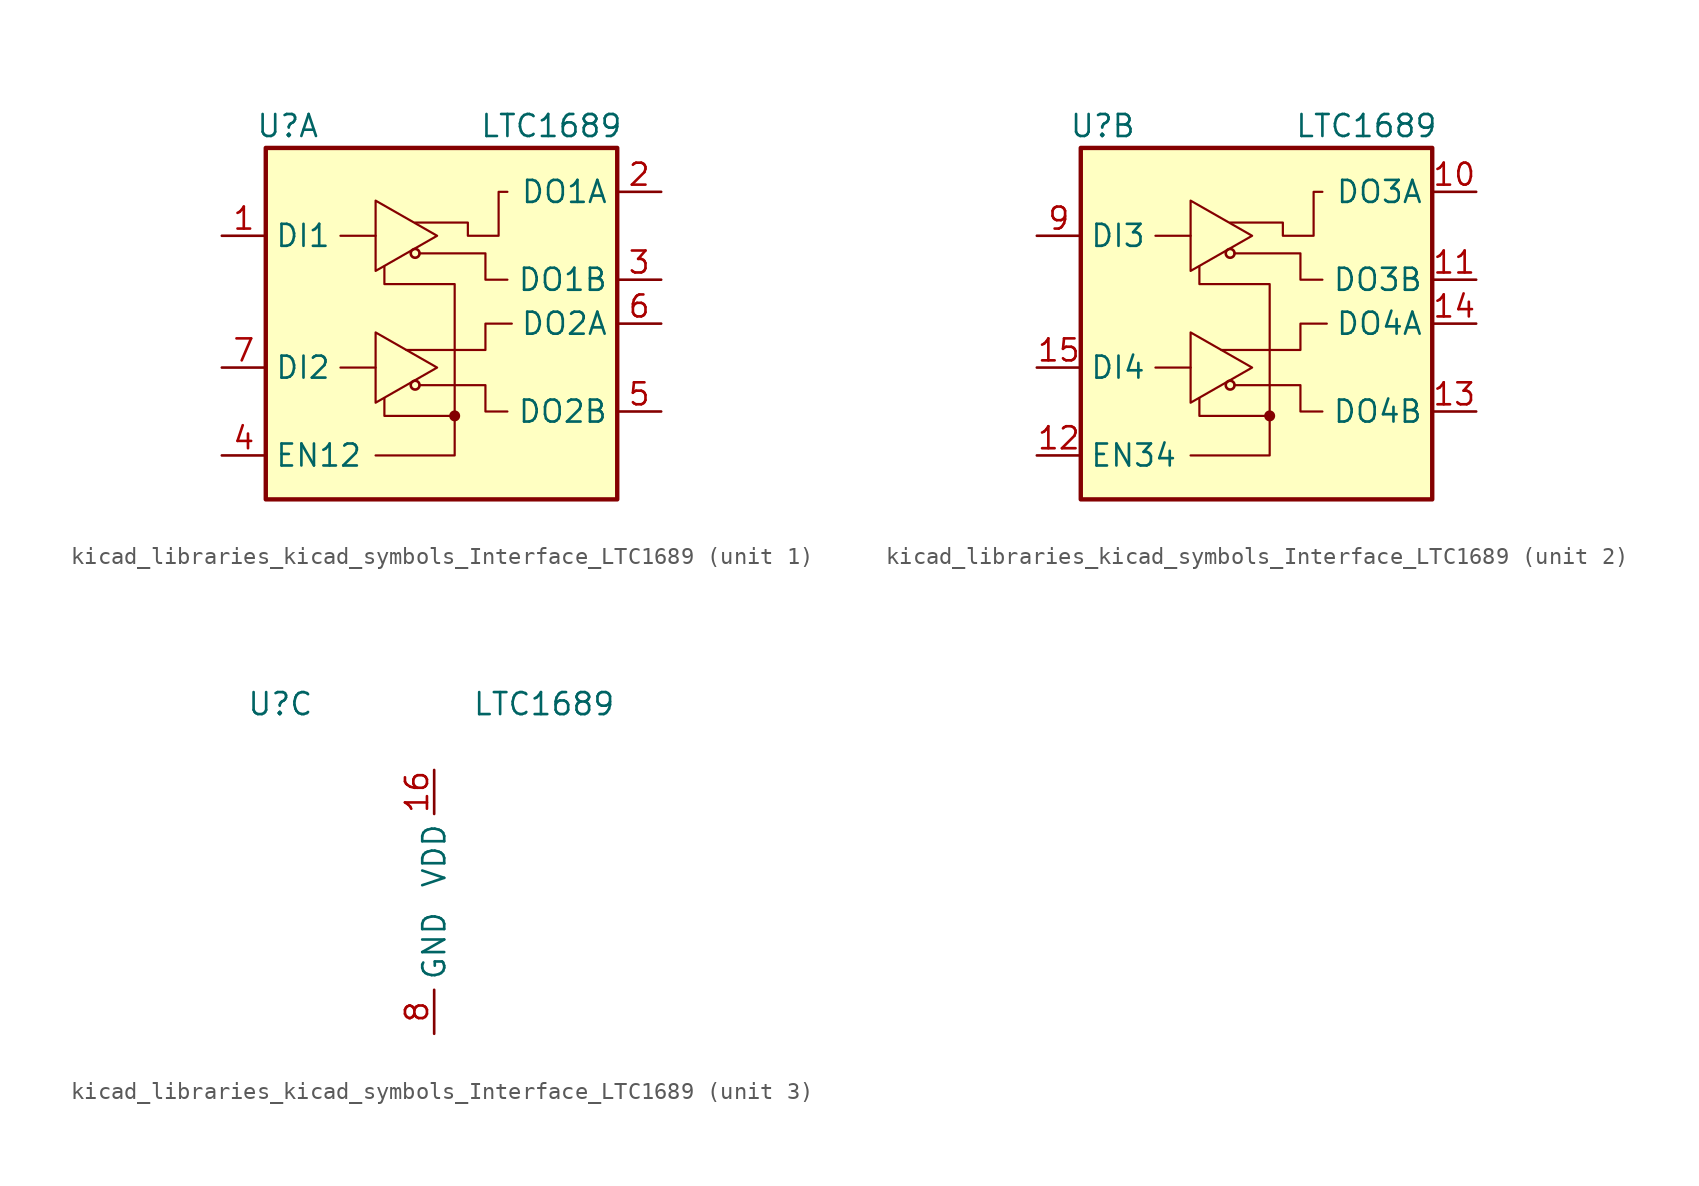
<source format=kicad_sym>
(kicad_symbol_lib
  (version 20220914)
  (generator kicad_symbol_editor)
  (symbol "kicad_libraries_kicad_symbols_Interface_LTC1689"
    (property "Reference" "U"
      (at -8.89 11.43 0)
      (effects (font (size 1.27 1.27))))
    (property "Value" "LTC1689"
      (at 6.35 11.43 0)
      (effects (font (size 1.27 1.27))))
    (property "ki_locked" ""
      (at 0 0 0)
      (effects (font (size 1.27 1.27))))
    (symbol "kicad_libraries_kicad_symbols_Interface_LTC1689_1_1"
      (rectangle (start -10.16 10.16) (end 10.16 -10.16) (stroke (width 0.254) (type default)) (fill (type background)))
      (circle (center -1.524 -3.556) (radius 0.254) (stroke (width 0) (type default)) (fill (type none)))
      (circle (center -1.524 4.064) (radius 0.254) (stroke (width 0) (type default)) (fill (type none)))
      (polyline (pts (xy -5.842 -2.54) (xy -3.81 -2.54)) (stroke (width 0.127) (type default)) (fill (type none)))
      (polyline (pts (xy -5.842 5.08) (xy -3.81 5.08)) (stroke (width 0.127) (type default)) (fill (type none)))
      (polyline (pts (xy 0.762 -5.334) (xy -3.302 -5.334) (xy -3.302 -4.318)) (stroke (width 0.127) (type default)) (fill (type none)))
      (polyline (pts (xy -3.81 -0.508) (xy -3.81 -4.572) (xy -0.254 -2.54) (xy -3.81 -0.508)) (stroke (width 0.127) (type default)) (fill (type none)))
      (polyline (pts (xy -3.81 7.112) (xy -3.81 3.048) (xy -0.254 5.08) (xy -3.81 7.112)) (stroke (width 0.127) (type default)) (fill (type none)))
      (polyline (pts (xy -2.032 -1.524) (xy 2.54 -1.524) (xy 2.54 0) (xy 4.064 0)) (stroke (width 0.127) (type default)) (fill (type none)))
      (polyline (pts (xy -1.27 -3.556) (xy 2.54 -3.556) (xy 2.54 -5.08) (xy 3.81 -5.08)) (stroke (width 0.127) (type default)) (fill (type none)))
      (polyline (pts (xy -1.27 4.064) (xy 2.54 4.064) (xy 2.54 2.54) (xy 3.81 2.54)) (stroke (width 0.127) (type default)) (fill (type none)))
      (polyline (pts (xy -3.81 -7.62) (xy 0.762 -7.62) (xy 0.762 2.286) (xy -3.302 2.286) (xy -3.302 3.302)) (stroke (width 0.127) (type default)) (fill (type none)))
      (polyline (pts (xy -1.524 5.842) (xy 1.524 5.842) (xy 1.524 5.08) (xy 3.302 5.08) (xy 3.302 7.62) (xy 3.81 7.62)) (stroke (width 0.127) (type default)) (fill (type none)))
      (circle (center 0.762 -5.334) (radius 0.254) (stroke (width 0.127) (type default)) (fill (type outline)))
      (pin input line (at -12.7 5.08 0) (length 2.54) (name "DI1" (effects (font (size 1.27 1.27)))) (number "1" (effects (font (size 1.27 1.27)))))
      (pin output line (at 12.7 7.62 180) (length 2.54) (name "DO1A" (effects (font (size 1.27 1.27)))) (number "2" (effects (font (size 1.27 1.27)))))
      (pin output line (at 12.7 2.54 180) (length 2.54) (name "DO1B" (effects (font (size 1.27 1.27)))) (number "3" (effects (font (size 1.27 1.27)))))
      (pin input line (at -12.7 -7.62 0) (length 2.54) (name "EN12" (effects (font (size 1.27 1.27)))) (number "4" (effects (font (size 1.27 1.27)))))
      (pin output line (at 12.7 -5.08 180) (length 2.54) (name "DO2B" (effects (font (size 1.27 1.27)))) (number "5" (effects (font (size 1.27 1.27)))))
      (pin output line (at 12.7 0 180) (length 2.54) (name "DO2A" (effects (font (size 1.27 1.27)))) (number "6" (effects (font (size 1.27 1.27)))))
      (pin input line (at -12.7 -2.54 0) (length 2.54) (name "DI2" (effects (font (size 1.27 1.27)))) (number "7" (effects (font (size 1.27 1.27))))))
    (symbol "kicad_libraries_kicad_symbols_Interface_LTC1689_2_1"
      (rectangle (start -10.16 10.16) (end 10.16 -10.16) (stroke (width 0.254) (type default)) (fill (type background)))
      (circle (center -1.524 -3.556) (radius 0.254) (stroke (width 0) (type default)) (fill (type none)))
      (circle (center -1.524 4.064) (radius 0.254) (stroke (width 0) (type default)) (fill (type none)))
      (polyline (pts (xy -5.842 -2.54) (xy -3.81 -2.54)) (stroke (width 0.127) (type default)) (fill (type none)))
      (polyline (pts (xy -5.842 5.08) (xy -3.81 5.08)) (stroke (width 0.127) (type default)) (fill (type none)))
      (polyline (pts (xy 0.762 -5.334) (xy -3.302 -5.334) (xy -3.302 -4.318)) (stroke (width 0.127) (type default)) (fill (type none)))
      (polyline (pts (xy -3.81 -0.508) (xy -3.81 -4.572) (xy -0.254 -2.54) (xy -3.81 -0.508)) (stroke (width 0.127) (type default)) (fill (type none)))
      (polyline (pts (xy -3.81 7.112) (xy -3.81 3.048) (xy -0.254 5.08) (xy -3.81 7.112)) (stroke (width 0.127) (type default)) (fill (type none)))
      (polyline (pts (xy -2.032 -1.524) (xy 2.54 -1.524) (xy 2.54 0) (xy 4.064 0)) (stroke (width 0.127) (type default)) (fill (type none)))
      (polyline (pts (xy -1.27 -3.556) (xy 2.54 -3.556) (xy 2.54 -5.08) (xy 3.81 -5.08)) (stroke (width 0.127) (type default)) (fill (type none)))
      (polyline (pts (xy -1.27 4.064) (xy 2.54 4.064) (xy 2.54 2.54) (xy 3.81 2.54)) (stroke (width 0.127) (type default)) (fill (type none)))
      (polyline (pts (xy -3.81 -7.62) (xy 0.762 -7.62) (xy 0.762 2.286) (xy -3.302 2.286) (xy -3.302 3.302)) (stroke (width 0.127) (type default)) (fill (type none)))
      (polyline (pts (xy -1.524 5.842) (xy 1.524 5.842) (xy 1.524 5.08) (xy 3.302 5.08) (xy 3.302 7.62) (xy 3.81 7.62)) (stroke (width 0.127) (type default)) (fill (type none)))
      (circle (center 0.762 -5.334) (radius 0.254) (stroke (width 0.127) (type default)) (fill (type outline)))
      (pin output line (at 12.7 7.62 180) (length 2.54) (name "DO3A" (effects (font (size 1.27 1.27)))) (number "10" (effects (font (size 1.27 1.27)))))
      (pin output line (at 12.7 2.54 180) (length 2.54) (name "DO3B" (effects (font (size 1.27 1.27)))) (number "11" (effects (font (size 1.27 1.27)))))
      (pin input line (at -12.7 -7.62 0) (length 2.54) (name "EN34" (effects (font (size 1.27 1.27)))) (number "12" (effects (font (size 1.27 1.27)))))
      (pin output line (at 12.7 -5.08 180) (length 2.54) (name "DO4B" (effects (font (size 1.27 1.27)))) (number "13" (effects (font (size 1.27 1.27)))))
      (pin output line (at 12.7 0 180) (length 2.54) (name "DO4A" (effects (font (size 1.27 1.27)))) (number "14" (effects (font (size 1.27 1.27)))))
      (pin input line (at -12.7 -2.54 0) (length 2.54) (name "DI4" (effects (font (size 1.27 1.27)))) (number "15" (effects (font (size 1.27 1.27)))))
      (pin input line (at -12.7 5.08 0) (length 2.54) (name "DI3" (effects (font (size 1.27 1.27)))) (number "9" (effects (font (size 1.27 1.27))))))
    (symbol "kicad_libraries_kicad_symbols_Interface_LTC1689_3_1"
      (pin power_in line (at 0 7.62 270) (length 2.54) (name "VDD" (effects (font (size 1.27 1.27)))) (number "16" (effects (font (size 1.27 1.27)))))
      (pin power_in line (at 0 -7.62 90) (length 2.54) (name "GND" (effects (font (size 1.27 1.27)))) (number "8" (effects (font (size 1.27 1.27))))))))
</source>
